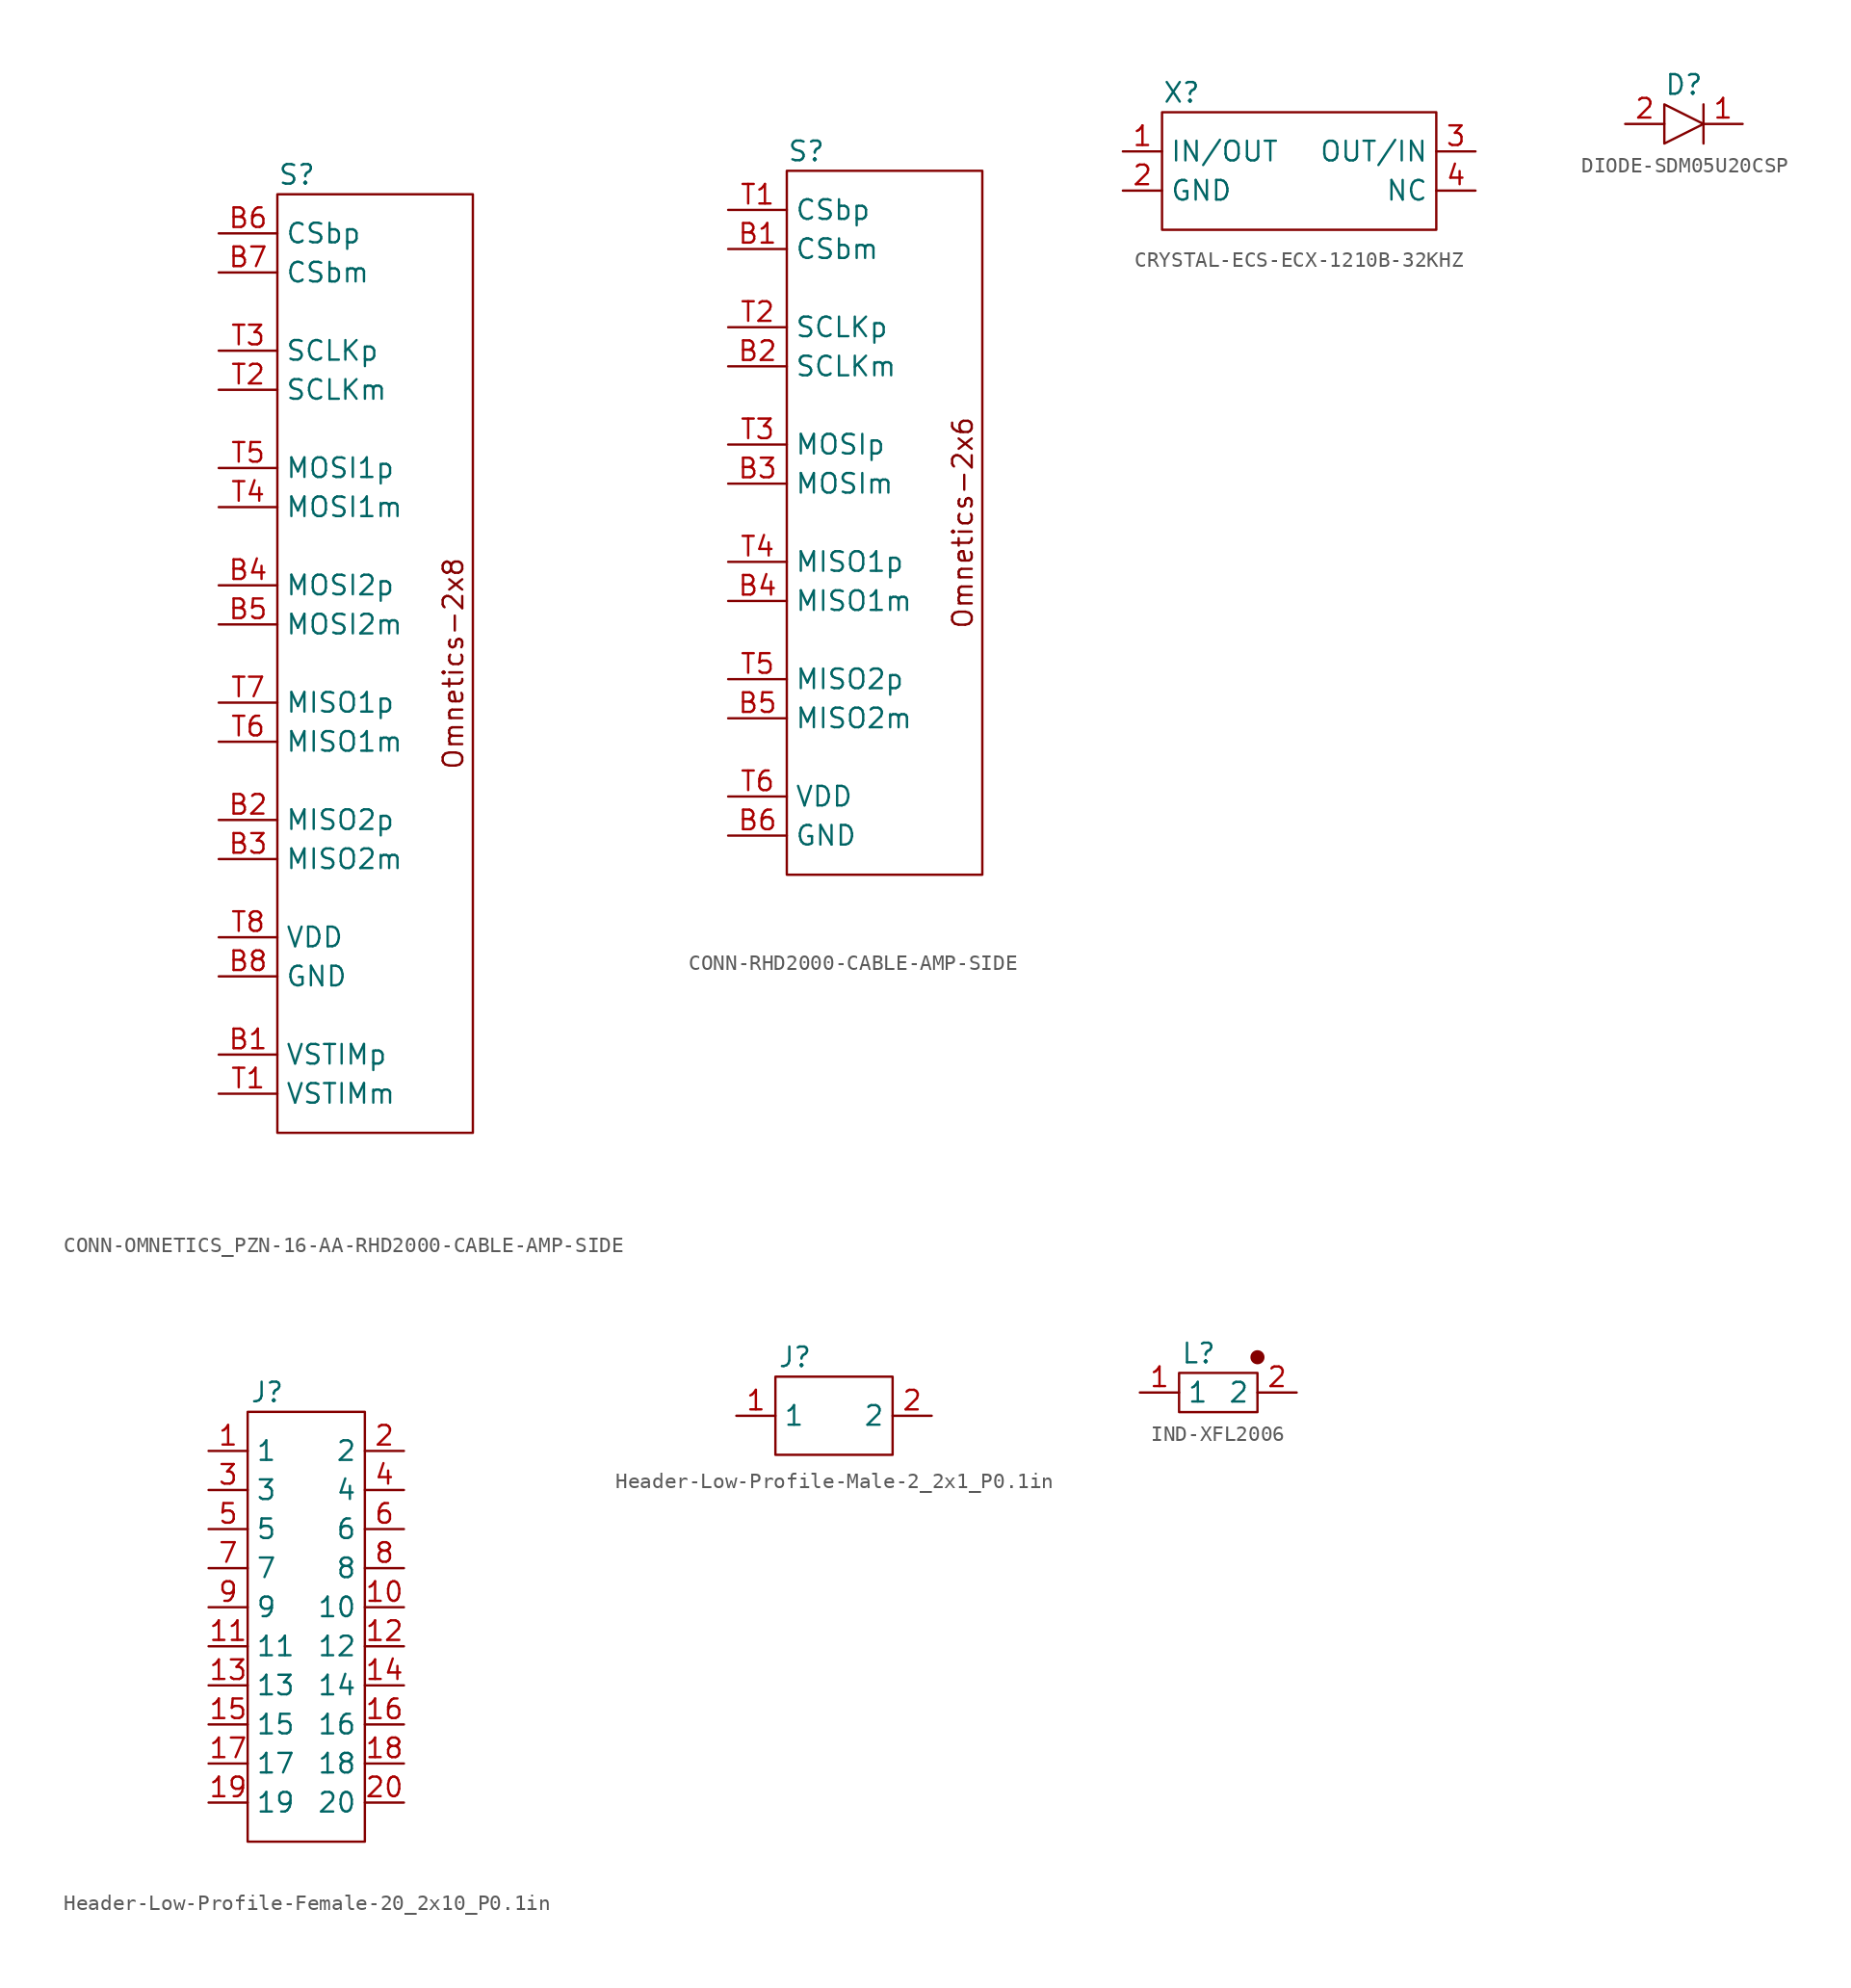
<source format=kicad_sym>
(kicad_symbol_lib
  (version 20231120)
  (generator "kicad_symbol_editor")
  (generator_version "8.0")
  (symbol "CONN-OMNETICS_PZN-16-AA-RHD2000-CABLE-AMP-SIDE"
    (property "Reference" "S"
      (at -3.81 31.75 0)
      (effects (font (size 1.27 1.27))))
    (symbol "CONN-OMNETICS_PZN-16-AA-RHD2000-CABLE-AMP-SIDE_0_1"
      (rectangle (start -5.08 30.48) (end 7.62 -30.48) (stroke (width 0) (type default)) (fill (type none))))
    (symbol "CONN-OMNETICS_PZN-16-AA-RHD2000-CABLE-AMP-SIDE_1_1"
      (text "Omnetics-2x8" (at 6.35 0 900) (effects (font (size 1.27 1.27))))
      (pin passive line (at -8.89 -25.4 0) (length 3.81) (name "VSTIMp" (effects (font (size 1.27 1.27)))) (number "B1" (effects (font (size 1.27 1.27)))))
      (pin passive line (at -8.89 -10.16 0) (length 3.81) (name "MISO2p" (effects (font (size 1.27 1.27)))) (number "B2" (effects (font (size 1.27 1.27)))))
      (pin passive line (at -8.89 -12.7 0) (length 3.81) (name "MISO2m" (effects (font (size 1.27 1.27)))) (number "B3" (effects (font (size 1.27 1.27)))))
      (pin passive line (at -8.89 5.08 0) (length 3.81) (name "MOSI2p" (effects (font (size 1.27 1.27)))) (number "B4" (effects (font (size 1.27 1.27)))))
      (pin passive line (at -8.89 2.54 0) (length 3.81) (name "MOSI2m" (effects (font (size 1.27 1.27)))) (number "B5" (effects (font (size 1.27 1.27)))))
      (pin passive line (at -8.89 27.94 0) (length 3.81) (name "CSbp" (effects (font (size 1.27 1.27)))) (number "B6" (effects (font (size 1.27 1.27)))))
      (pin passive line (at -8.89 25.4 0) (length 3.81) (name "CSbm" (effects (font (size 1.27 1.27)))) (number "B7" (effects (font (size 1.27 1.27)))))
      (pin passive line (at -8.89 -20.32 0) (length 3.81) (name "GND" (effects (font (size 1.27 1.27)))) (number "B8" (effects (font (size 1.27 1.27)))))
      (pin passive line (at -8.89 -27.94 0) (length 3.81) (name "VSTIMm" (effects (font (size 1.27 1.27)))) (number "T1" (effects (font (size 1.27 1.27)))))
      (pin passive line (at -8.89 17.78 0) (length 3.81) (name "SCLKm" (effects (font (size 1.27 1.27)))) (number "T2" (effects (font (size 1.27 1.27)))))
      (pin passive line (at -8.89 20.32 0) (length 3.81) (name "SCLKp" (effects (font (size 1.27 1.27)))) (number "T3" (effects (font (size 1.27 1.27)))))
      (pin passive line (at -8.89 10.16 0) (length 3.81) (name "MOSI1m" (effects (font (size 1.27 1.27)))) (number "T4" (effects (font (size 1.27 1.27)))))
      (pin passive line (at -8.89 12.7 0) (length 3.81) (name "MOSI1p" (effects (font (size 1.27 1.27)))) (number "T5" (effects (font (size 1.27 1.27)))))
      (pin passive line (at -8.89 -5.08 0) (length 3.81) (name "MISO1m" (effects (font (size 1.27 1.27)))) (number "T6" (effects (font (size 1.27 1.27)))))
      (pin passive line (at -8.89 -2.54 0) (length 3.81) (name "MISO1p" (effects (font (size 1.27 1.27)))) (number "T7" (effects (font (size 1.27 1.27)))))
      (pin passive line (at -8.89 -17.78 0) (length 3.81) (name "VDD" (effects (font (size 1.27 1.27)))) (number "T8" (effects (font (size 1.27 1.27)))))))
  (symbol "CONN-RHD2000-CABLE-AMP-SIDE"
    (property "Reference" "S"
      (at -3.81 24.13 0)
      (effects (font (size 1.27 1.27))))
    (symbol "CONN-RHD2000-CABLE-AMP-SIDE_0_1"
      (rectangle (start -5.08 22.86) (end 7.62 -22.86) (stroke (width 0) (type default)) (fill (type none))))
    (symbol "CONN-RHD2000-CABLE-AMP-SIDE_1_1"
      (text "Omnetics-2x6" (at 6.35 0 900) (effects (font (size 1.27 1.27))))
      (pin passive line (at -8.89 17.78 0) (length 3.81) (name "CSbm" (effects (font (size 1.27 1.27)))) (number "B1" (effects (font (size 1.27 1.27)))))
      (pin passive line (at -8.89 10.16 0) (length 3.81) (name "SCLKm" (effects (font (size 1.27 1.27)))) (number "B2" (effects (font (size 1.27 1.27)))))
      (pin passive line (at -8.89 2.54 0) (length 3.81) (name "MOSIm" (effects (font (size 1.27 1.27)))) (number "B3" (effects (font (size 1.27 1.27)))))
      (pin passive line (at -8.89 -5.08 0) (length 3.81) (name "MISO1m" (effects (font (size 1.27 1.27)))) (number "B4" (effects (font (size 1.27 1.27)))))
      (pin passive line (at -8.89 -12.7 0) (length 3.81) (name "MISO2m" (effects (font (size 1.27 1.27)))) (number "B5" (effects (font (size 1.27 1.27)))))
      (pin passive line (at -8.89 -20.32 0) (length 3.81) (name "GND" (effects (font (size 1.27 1.27)))) (number "B6" (effects (font (size 1.27 1.27)))))
      (pin passive line (at -8.89 20.32 0) (length 3.81) (name "CSbp" (effects (font (size 1.27 1.27)))) (number "T1" (effects (font (size 1.27 1.27)))))
      (pin passive line (at -8.89 12.7 0) (length 3.81) (name "SCLKp" (effects (font (size 1.27 1.27)))) (number "T2" (effects (font (size 1.27 1.27)))))
      (pin passive line (at -8.89 5.08 0) (length 3.81) (name "MOSIp" (effects (font (size 1.27 1.27)))) (number "T3" (effects (font (size 1.27 1.27)))))
      (pin passive line (at -8.89 -2.54 0) (length 3.81) (name "MISO1p" (effects (font (size 1.27 1.27)))) (number "T4" (effects (font (size 1.27 1.27)))))
      (pin passive line (at -8.89 -10.16 0) (length 3.81) (name "MISO2p" (effects (font (size 1.27 1.27)))) (number "T5" (effects (font (size 1.27 1.27)))))
      (pin passive line (at -8.89 -17.78 0) (length 3.81) (name "VDD" (effects (font (size 1.27 1.27)))) (number "T6" (effects (font (size 1.27 1.27)))))))
  (symbol "CRYSTAL-ECS-ECX-1210B-32KHZ"
    (property "Reference" "X"
      (at -7.62 5.08 0)
      (effects (font (size 1.27 1.27))))
    (symbol "CRYSTAL-ECS-ECX-1210B-32KHZ_0_1"
      (rectangle (start -8.89 3.81) (end 8.89 -3.81) (stroke (width 0) (type default)) (fill (type none))))
    (symbol "CRYSTAL-ECS-ECX-1210B-32KHZ_1_1"
      (pin bidirectional line (at -11.43 1.27 0) (length 2.54) (name "IN/OUT" (effects (font (size 1.27 1.27)))) (number "1" (effects (font (size 1.27 1.27)))))
      (pin power_in line (at -11.43 -1.27 0) (length 2.54) (name "GND" (effects (font (size 1.27 1.27)))) (number "2" (effects (font (size 1.27 1.27)))))
      (pin bidirectional line (at 11.43 1.27 180) (length 2.54) (name "OUT/IN" (effects (font (size 1.27 1.27)))) (number "3" (effects (font (size 1.27 1.27)))))
      (pin passive line (at 11.43 -1.27 180) (length 2.54) (name "NC" (effects (font (size 1.27 1.27)))) (number "4" (effects (font (size 1.27 1.27)))))))
  (symbol "DIODE-SDM05U20CSP"
    (property "Reference" "D"
      (at 0 2.54 0)
      (effects (font (size 1.27 1.27))))
    (property "Value" ""
      (at -3.81 1.27 0)
      (effects (font (size 1.27 1.27))))
    (symbol "DIODE-SDM05U20CSP_0_1"
      (polyline (pts (xy 1.27 1.27) (xy 1.27 -1.27)) (stroke (width 0) (type default)) (fill (type none)))
      (polyline (pts (xy -1.27 1.27) (xy -1.27 -1.27) (xy 1.27 0) (xy -1.27 1.27)) (stroke (width 0) (type default)) (fill (type none))))
    (symbol "DIODE-SDM05U20CSP_1_1"
      (pin passive line (at 3.81 0 180) (length 2.54) (name "" (effects (font (size 1.27 1.27)))) (number "1" (effects (font (size 1.27 1.27)))))
      (pin passive line (at -3.81 0 0) (length 2.54) (name "" (effects (font (size 1.27 1.27)))) (number "2" (effects (font (size 1.27 1.27)))))))
  (symbol "Header-Low-Profile-Female-20_2x10_P0.1in"
    (property "Reference" "J"
      (at -2.54 15.24 0)
      (effects (font (size 1.27 1.27))))
    (symbol "Header-Low-Profile-Female-20_2x10_P0.1in_0_1"
      (rectangle (start -3.81 13.97) (end 3.81 -13.97) (stroke (width 0) (type default)) (fill (type none))))
    (symbol "Header-Low-Profile-Female-20_2x10_P0.1in_1_1"
      (pin passive line (at -6.35 11.43 0) (length 2.54) (name "1" (effects (font (size 1.27 1.27)))) (number "1" (effects (font (size 1.27 1.27)))))
      (pin passive line (at 6.35 1.27 180) (length 2.54) (name "10" (effects (font (size 1.27 1.27)))) (number "10" (effects (font (size 1.27 1.27)))))
      (pin passive line (at -6.35 -1.27 0) (length 2.54) (name "11" (effects (font (size 1.27 1.27)))) (number "11" (effects (font (size 1.27 1.27)))))
      (pin passive line (at 6.35 -1.27 180) (length 2.54) (name "12" (effects (font (size 1.27 1.27)))) (number "12" (effects (font (size 1.27 1.27)))))
      (pin passive line (at -6.35 -3.81 0) (length 2.54) (name "13" (effects (font (size 1.27 1.27)))) (number "13" (effects (font (size 1.27 1.27)))))
      (pin passive line (at 6.35 -3.81 180) (length 2.54) (name "14" (effects (font (size 1.27 1.27)))) (number "14" (effects (font (size 1.27 1.27)))))
      (pin passive line (at -6.35 -6.35 0) (length 2.54) (name "15" (effects (font (size 1.27 1.27)))) (number "15" (effects (font (size 1.27 1.27)))))
      (pin passive line (at 6.35 -6.35 180) (length 2.54) (name "16" (effects (font (size 1.27 1.27)))) (number "16" (effects (font (size 1.27 1.27)))))
      (pin passive line (at -6.35 -8.89 0) (length 2.54) (name "17" (effects (font (size 1.27 1.27)))) (number "17" (effects (font (size 1.27 1.27)))))
      (pin passive line (at 6.35 -8.89 180) (length 2.54) (name "18" (effects (font (size 1.27 1.27)))) (number "18" (effects (font (size 1.27 1.27)))))
      (pin passive line (at -6.35 -11.43 0) (length 2.54) (name "19" (effects (font (size 1.27 1.27)))) (number "19" (effects (font (size 1.27 1.27)))))
      (pin passive line (at 6.35 11.43 180) (length 2.54) (name "2" (effects (font (size 1.27 1.27)))) (number "2" (effects (font (size 1.27 1.27)))))
      (pin passive line (at 6.35 -11.43 180) (length 2.54) (name "20" (effects (font (size 1.27 1.27)))) (number "20" (effects (font (size 1.27 1.27)))))
      (pin passive line (at -6.35 8.89 0) (length 2.54) (name "3" (effects (font (size 1.27 1.27)))) (number "3" (effects (font (size 1.27 1.27)))))
      (pin passive line (at 6.35 8.89 180) (length 2.54) (name "4" (effects (font (size 1.27 1.27)))) (number "4" (effects (font (size 1.27 1.27)))))
      (pin passive line (at -6.35 6.35 0) (length 2.54) (name "5" (effects (font (size 1.27 1.27)))) (number "5" (effects (font (size 1.27 1.27)))))
      (pin passive line (at 6.35 6.35 180) (length 2.54) (name "6" (effects (font (size 1.27 1.27)))) (number "6" (effects (font (size 1.27 1.27)))))
      (pin passive line (at -6.35 3.81 0) (length 2.54) (name "7" (effects (font (size 1.27 1.27)))) (number "7" (effects (font (size 1.27 1.27)))))
      (pin passive line (at 6.35 3.81 180) (length 2.54) (name "8" (effects (font (size 1.27 1.27)))) (number "8" (effects (font (size 1.27 1.27)))))
      (pin passive line (at -6.35 1.27 0) (length 2.54) (name "9" (effects (font (size 1.27 1.27)))) (number "9" (effects (font (size 1.27 1.27)))))))
  (symbol "Header-Low-Profile-Male-2_2x1_P0.1in"
    (property "Reference" "J"
      (at -2.54 3.81 0)
      (effects (font (size 1.27 1.27))))
    (symbol "Header-Low-Profile-Male-2_2x1_P0.1in_0_1"
      (rectangle (start -3.81 2.54) (end 3.81 -2.54) (stroke (width 0) (type default)) (fill (type none))))
    (symbol "Header-Low-Profile-Male-2_2x1_P0.1in_1_1"
      (pin passive line (at -6.35 0 0) (length 2.54) (name "1" (effects (font (size 1.27 1.27)))) (number "1" (effects (font (size 1.27 1.27)))))
      (pin passive line (at 6.35 0 180) (length 2.54) (name "2" (effects (font (size 1.27 1.27)))) (number "2" (effects (font (size 1.27 1.27)))))))
  (symbol "IND-XFL2006"
    (property "Reference" "L"
      (at -1.27 2.54 0)
      (effects (font (size 1.27 1.27))))
    (property "Value" ""
      (at -2.54 1.27 0)
      (effects (font (size 1.27 1.27))))
    (symbol "IND-XFL2006_0_1"
      (rectangle (start -2.54 1.27) (end 2.54 -1.27) (stroke (width 0) (type default)) (fill (type none)))
      (circle (center 2.54 2.286) (radius 0.381) (stroke (width 0) (type default)) (fill (type color) (color 132 0 0 1))))
    (symbol "IND-XFL2006_1_1"
      (pin passive line (at -5.08 0 0) (length 2.54) (name "1" (effects (font (size 1.27 1.27)))) (number "1" (effects (font (size 1.27 1.27)))))
      (pin passive line (at 5.08 0 180) (length 2.54) (name "2" (effects (font (size 1.27 1.27)))) (number "2" (effects (font (size 1.27 1.27))))))))
</source>
